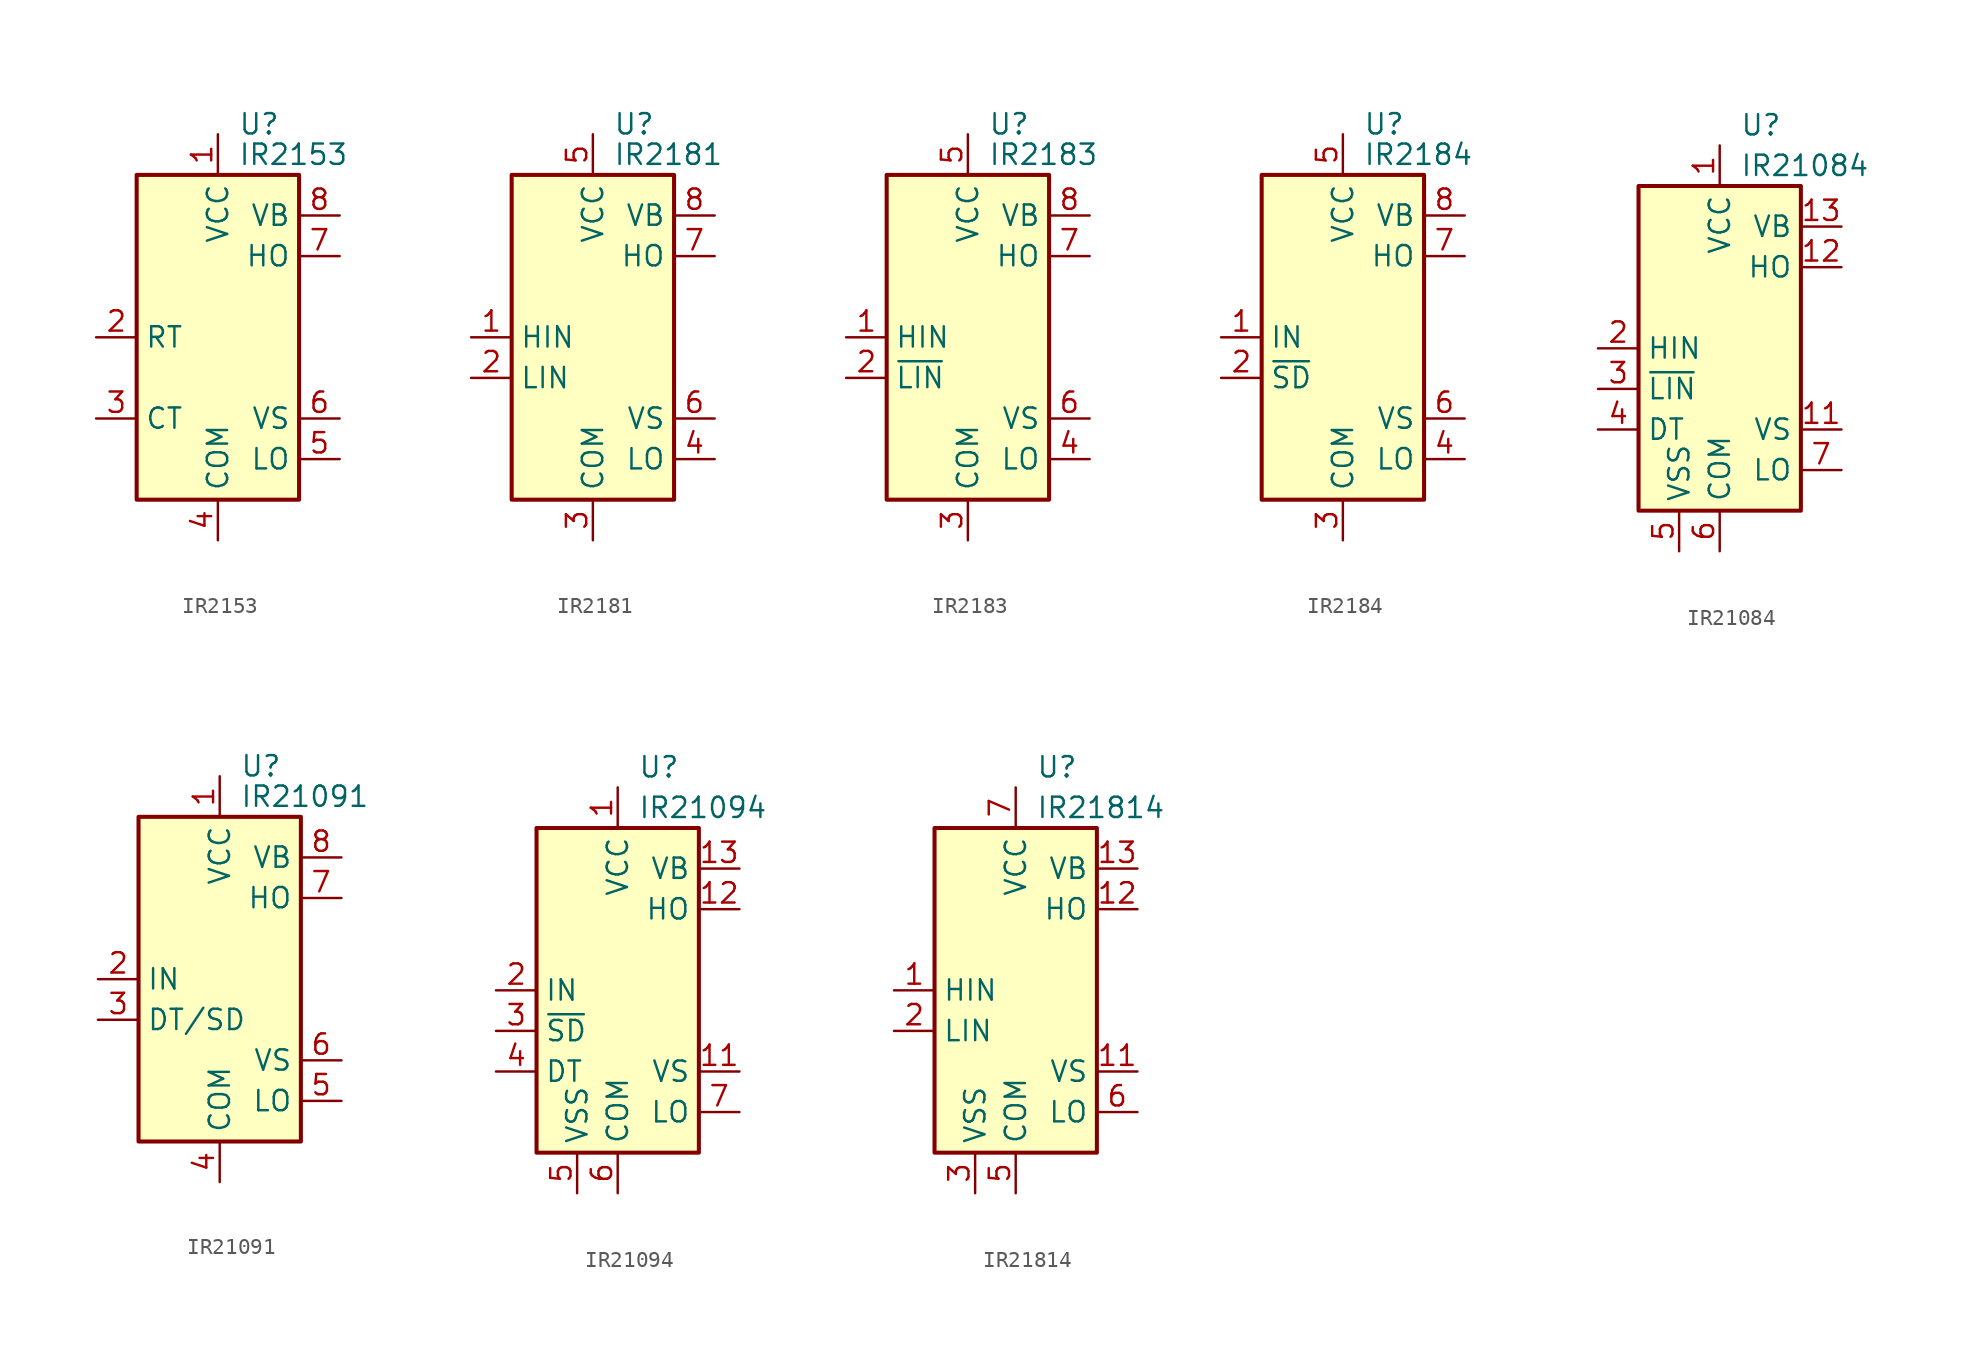
<source format=kicad_sym>
(kicad_symbol_lib
  (version 20211014)
  (generator kicad_symbol_editor)
  (symbol "IR2153"
    (property "Reference" "U"
      (at 1.27 13.335 0)
      (effects (font (size 1.27 1.27)) (justify left)))
    (property "Value" "IR2153"
      (at 1.27 11.43 0)
      (effects (font (size 1.27 1.27)) (justify left)))
    (symbol "IR2153_0_1"
      (rectangle (start -5.08 -10.16) (end 5.08 10.16) (stroke (width 0.254) (type default) (color 0 0 0 0)) (fill (type background))))
    (symbol "IR2153_1_1"
      (pin power_in line (at 0 12.7 270) (length 2.54) (name "VCC" (effects (font (size 1.27 1.27)))) (number "1" (effects (font (size 1.27 1.27)))))
      (pin passive line (at -7.62 0 0) (length 2.54) (name "RT" (effects (font (size 1.27 1.27)))) (number "2" (effects (font (size 1.27 1.27)))))
      (pin passive line (at -7.62 -5.08 0) (length 2.54) (name "CT" (effects (font (size 1.27 1.27)))) (number "3" (effects (font (size 1.27 1.27)))))
      (pin power_in line (at 0 -12.7 90) (length 2.54) (name "COM" (effects (font (size 1.27 1.27)))) (number "4" (effects (font (size 1.27 1.27)))))
      (pin output line (at 7.62 -7.62 180) (length 2.54) (name "LO" (effects (font (size 1.27 1.27)))) (number "5" (effects (font (size 1.27 1.27)))))
      (pin passive line (at 7.62 -5.08 180) (length 2.54) (name "VS" (effects (font (size 1.27 1.27)))) (number "6" (effects (font (size 1.27 1.27)))))
      (pin output line (at 7.62 5.08 180) (length 2.54) (name "HO" (effects (font (size 1.27 1.27)))) (number "7" (effects (font (size 1.27 1.27)))))
      (pin passive line (at 7.62 7.62 180) (length 2.54) (name "VB" (effects (font (size 1.27 1.27)))) (number "8" (effects (font (size 1.27 1.27)))))))
  (symbol "IR2181"
    (property "Reference" "U"
      (at 1.27 13.335 0)
      (effects (font (size 1.27 1.27)) (justify left)))
    (property "Value" "IR2181"
      (at 1.27 11.43 0)
      (effects (font (size 1.27 1.27)) (justify left)))
    (symbol "IR2181_0_1"
      (rectangle (start -5.08 -10.16) (end 5.08 10.16) (stroke (width 0.254) (type default) (color 0 0 0 0)) (fill (type background))))
    (symbol "IR2181_1_1"
      (pin input line (at -7.62 0 0) (length 2.54) (name "HIN" (effects (font (size 1.27 1.27)))) (number "1" (effects (font (size 1.27 1.27)))))
      (pin input line (at -7.62 -2.54 0) (length 2.54) (name "LIN" (effects (font (size 1.27 1.27)))) (number "2" (effects (font (size 1.27 1.27)))))
      (pin power_in line (at 0 -12.7 90) (length 2.54) (name "COM" (effects (font (size 1.27 1.27)))) (number "3" (effects (font (size 1.27 1.27)))))
      (pin output line (at 7.62 -7.62 180) (length 2.54) (name "LO" (effects (font (size 1.27 1.27)))) (number "4" (effects (font (size 1.27 1.27)))))
      (pin power_in line (at 0 12.7 270) (length 2.54) (name "VCC" (effects (font (size 1.27 1.27)))) (number "5" (effects (font (size 1.27 1.27)))))
      (pin passive line (at 7.62 -5.08 180) (length 2.54) (name "VS" (effects (font (size 1.27 1.27)))) (number "6" (effects (font (size 1.27 1.27)))))
      (pin output line (at 7.62 5.08 180) (length 2.54) (name "HO" (effects (font (size 1.27 1.27)))) (number "7" (effects (font (size 1.27 1.27)))))
      (pin passive line (at 7.62 7.62 180) (length 2.54) (name "VB" (effects (font (size 1.27 1.27)))) (number "8" (effects (font (size 1.27 1.27)))))))
  (symbol "IR2183"
    (property "Reference" "U"
      (at 1.27 13.335 0)
      (effects (font (size 1.27 1.27)) (justify left)))
    (property "Value" "IR2183"
      (at 1.27 11.43 0)
      (effects (font (size 1.27 1.27)) (justify left)))
    (symbol "IR2183_0_1"
      (rectangle (start -5.08 -10.16) (end 5.08 10.16) (stroke (width 0.254) (type default) (color 0 0 0 0)) (fill (type background))))
    (symbol "IR2183_1_1"
      (pin input line (at -7.62 0 0) (length 2.54) (name "HIN" (effects (font (size 1.27 1.27)))) (number "1" (effects (font (size 1.27 1.27)))))
      (pin input line (at -7.62 -2.54 0) (length 2.54) (name "~{LIN}" (effects (font (size 1.27 1.27)))) (number "2" (effects (font (size 1.27 1.27)))))
      (pin power_in line (at 0 -12.7 90) (length 2.54) (name "COM" (effects (font (size 1.27 1.27)))) (number "3" (effects (font (size 1.27 1.27)))))
      (pin output line (at 7.62 -7.62 180) (length 2.54) (name "LO" (effects (font (size 1.27 1.27)))) (number "4" (effects (font (size 1.27 1.27)))))
      (pin power_in line (at 0 12.7 270) (length 2.54) (name "VCC" (effects (font (size 1.27 1.27)))) (number "5" (effects (font (size 1.27 1.27)))))
      (pin passive line (at 7.62 -5.08 180) (length 2.54) (name "VS" (effects (font (size 1.27 1.27)))) (number "6" (effects (font (size 1.27 1.27)))))
      (pin output line (at 7.62 5.08 180) (length 2.54) (name "HO" (effects (font (size 1.27 1.27)))) (number "7" (effects (font (size 1.27 1.27)))))
      (pin passive line (at 7.62 7.62 180) (length 2.54) (name "VB" (effects (font (size 1.27 1.27)))) (number "8" (effects (font (size 1.27 1.27)))))))
  (symbol "IR2184"
    (property "Reference" "U"
      (at 1.27 13.335 0)
      (effects (font (size 1.27 1.27)) (justify left)))
    (property "Value" "IR2184"
      (at 1.27 11.43 0)
      (effects (font (size 1.27 1.27)) (justify left)))
    (symbol "IR2184_0_1"
      (rectangle (start -5.08 -10.16) (end 5.08 10.16) (stroke (width 0.254) (type default) (color 0 0 0 0)) (fill (type background))))
    (symbol "IR2184_1_1"
      (pin input line (at -7.62 0 0) (length 2.54) (name "IN" (effects (font (size 1.27 1.27)))) (number "1" (effects (font (size 1.27 1.27)))))
      (pin input line (at -7.62 -2.54 0) (length 2.54) (name "~{SD}" (effects (font (size 1.27 1.27)))) (number "2" (effects (font (size 1.27 1.27)))))
      (pin power_in line (at 0 -12.7 90) (length 2.54) (name "COM" (effects (font (size 1.27 1.27)))) (number "3" (effects (font (size 1.27 1.27)))))
      (pin output line (at 7.62 -7.62 180) (length 2.54) (name "LO" (effects (font (size 1.27 1.27)))) (number "4" (effects (font (size 1.27 1.27)))))
      (pin power_in line (at 0 12.7 270) (length 2.54) (name "VCC" (effects (font (size 1.27 1.27)))) (number "5" (effects (font (size 1.27 1.27)))))
      (pin passive line (at 7.62 -5.08 180) (length 2.54) (name "VS" (effects (font (size 1.27 1.27)))) (number "6" (effects (font (size 1.27 1.27)))))
      (pin output line (at 7.62 5.08 180) (length 2.54) (name "HO" (effects (font (size 1.27 1.27)))) (number "7" (effects (font (size 1.27 1.27)))))
      (pin passive line (at 7.62 7.62 180) (length 2.54) (name "VB" (effects (font (size 1.27 1.27)))) (number "8" (effects (font (size 1.27 1.27)))))))
  (symbol "IR21084"
    (property "Reference" "U"
      (at 1.27 13.97 0)
      (effects (font (size 1.27 1.27)) (justify left)))
    (property "Value" "IR21084"
      (at 1.27 11.43 0)
      (effects (font (size 1.27 1.27)) (justify left)))
    (symbol "IR21084_0_1"
      (rectangle (start -5.08 -10.16) (end 5.08 10.16) (stroke (width 0.254) (type default) (color 0 0 0 0)) (fill (type background))))
    (symbol "IR21084_1_1"
      (pin power_in line (at 0 12.7 270) (length 2.54) (name "VCC" (effects (font (size 1.27 1.27)))) (number "1" (effects (font (size 1.27 1.27)))))
      (pin no_connect line (at -5.08 2.54 0) (length 2.54) hide (name "NC" (effects (font (size 1.27 1.27)))) (number "10" (effects (font (size 1.27 1.27)))))
      (pin passive line (at 7.62 -5.08 180) (length 2.54) (name "VS" (effects (font (size 1.27 1.27)))) (number "11" (effects (font (size 1.27 1.27)))))
      (pin output line (at 7.62 5.08 180) (length 2.54) (name "HO" (effects (font (size 1.27 1.27)))) (number "12" (effects (font (size 1.27 1.27)))))
      (pin passive line (at 7.62 7.62 180) (length 2.54) (name "VB" (effects (font (size 1.27 1.27)))) (number "13" (effects (font (size 1.27 1.27)))))
      (pin no_connect line (at 5.08 2.54 180) (length 2.54) hide (name "NC" (effects (font (size 1.27 1.27)))) (number "14" (effects (font (size 1.27 1.27)))))
      (pin input line (at -7.62 0 0) (length 2.54) (name "HIN" (effects (font (size 1.27 1.27)))) (number "2" (effects (font (size 1.27 1.27)))))
      (pin input line (at -7.62 -2.54 0) (length 2.54) (name "~{LIN}" (effects (font (size 1.27 1.27)))) (number "3" (effects (font (size 1.27 1.27)))))
      (pin input line (at -7.62 -5.08 0) (length 2.54) (name "DT" (effects (font (size 1.27 1.27)))) (number "4" (effects (font (size 1.27 1.27)))))
      (pin power_in line (at -2.54 -12.7 90) (length 2.54) (name "VSS" (effects (font (size 1.27 1.27)))) (number "5" (effects (font (size 1.27 1.27)))))
      (pin power_in line (at 0 -12.7 90) (length 2.54) (name "COM" (effects (font (size 1.27 1.27)))) (number "6" (effects (font (size 1.27 1.27)))))
      (pin output line (at 7.62 -7.62 180) (length 2.54) (name "LO" (effects (font (size 1.27 1.27)))) (number "7" (effects (font (size 1.27 1.27)))))
      (pin no_connect line (at -5.08 7.62 0) (length 2.54) hide (name "NC" (effects (font (size 1.27 1.27)))) (number "8" (effects (font (size 1.27 1.27)))))
      (pin no_connect line (at -5.08 5.08 0) (length 2.54) hide (name "NC" (effects (font (size 1.27 1.27)))) (number "9" (effects (font (size 1.27 1.27)))))))
  (symbol "IR21091"
    (property "Reference" "U"
      (at 1.27 13.335 0)
      (effects (font (size 1.27 1.27)) (justify left)))
    (property "Value" "IR21091"
      (at 1.27 11.43 0)
      (effects (font (size 1.27 1.27)) (justify left)))
    (symbol "IR21091_0_1"
      (rectangle (start -5.08 -10.16) (end 5.08 10.16) (stroke (width 0.254) (type default) (color 0 0 0 0)) (fill (type background))))
    (symbol "IR21091_1_1"
      (pin power_in line (at 0 12.7 270) (length 2.54) (name "VCC" (effects (font (size 1.27 1.27)))) (number "1" (effects (font (size 1.27 1.27)))))
      (pin input line (at -7.62 0 0) (length 2.54) (name "IN" (effects (font (size 1.27 1.27)))) (number "2" (effects (font (size 1.27 1.27)))))
      (pin input line (at -7.62 -2.54 0) (length 2.54) (name "DT/SD" (effects (font (size 1.27 1.27)))) (number "3" (effects (font (size 1.27 1.27)))))
      (pin power_in line (at 0 -12.7 90) (length 2.54) (name "COM" (effects (font (size 1.27 1.27)))) (number "4" (effects (font (size 1.27 1.27)))))
      (pin output line (at 7.62 -7.62 180) (length 2.54) (name "LO" (effects (font (size 1.27 1.27)))) (number "5" (effects (font (size 1.27 1.27)))))
      (pin passive line (at 7.62 -5.08 180) (length 2.54) (name "VS" (effects (font (size 1.27 1.27)))) (number "6" (effects (font (size 1.27 1.27)))))
      (pin output line (at 7.62 5.08 180) (length 2.54) (name "HO" (effects (font (size 1.27 1.27)))) (number "7" (effects (font (size 1.27 1.27)))))
      (pin passive line (at 7.62 7.62 180) (length 2.54) (name "VB" (effects (font (size 1.27 1.27)))) (number "8" (effects (font (size 1.27 1.27)))))))
  (symbol "IR21094"
    (property "Reference" "U"
      (at 1.27 13.97 0)
      (effects (font (size 1.27 1.27)) (justify left)))
    (property "Value" "IR21094"
      (at 1.27 11.43 0)
      (effects (font (size 1.27 1.27)) (justify left)))
    (symbol "IR21094_0_1"
      (rectangle (start -5.08 -10.16) (end 5.08 10.16) (stroke (width 0.254) (type default) (color 0 0 0 0)) (fill (type background))))
    (symbol "IR21094_1_1"
      (pin power_in line (at 0 12.7 270) (length 2.54) (name "VCC" (effects (font (size 1.27 1.27)))) (number "1" (effects (font (size 1.27 1.27)))))
      (pin no_connect line (at -5.08 2.54 0) (length 2.54) hide (name "NC" (effects (font (size 1.27 1.27)))) (number "10" (effects (font (size 1.27 1.27)))))
      (pin passive line (at 7.62 -5.08 180) (length 2.54) (name "VS" (effects (font (size 1.27 1.27)))) (number "11" (effects (font (size 1.27 1.27)))))
      (pin output line (at 7.62 5.08 180) (length 2.54) (name "HO" (effects (font (size 1.27 1.27)))) (number "12" (effects (font (size 1.27 1.27)))))
      (pin passive line (at 7.62 7.62 180) (length 2.54) (name "VB" (effects (font (size 1.27 1.27)))) (number "13" (effects (font (size 1.27 1.27)))))
      (pin no_connect line (at 5.08 2.54 180) (length 2.54) hide (name "NC" (effects (font (size 1.27 1.27)))) (number "14" (effects (font (size 1.27 1.27)))))
      (pin input line (at -7.62 0 0) (length 2.54) (name "IN" (effects (font (size 1.27 1.27)))) (number "2" (effects (font (size 1.27 1.27)))))
      (pin input line (at -7.62 -2.54 0) (length 2.54) (name "~{SD}" (effects (font (size 1.27 1.27)))) (number "3" (effects (font (size 1.27 1.27)))))
      (pin input line (at -7.62 -5.08 0) (length 2.54) (name "DT" (effects (font (size 1.27 1.27)))) (number "4" (effects (font (size 1.27 1.27)))))
      (pin power_in line (at -2.54 -12.7 90) (length 2.54) (name "VSS" (effects (font (size 1.27 1.27)))) (number "5" (effects (font (size 1.27 1.27)))))
      (pin power_in line (at 0 -12.7 90) (length 2.54) (name "COM" (effects (font (size 1.27 1.27)))) (number "6" (effects (font (size 1.27 1.27)))))
      (pin output line (at 7.62 -7.62 180) (length 2.54) (name "LO" (effects (font (size 1.27 1.27)))) (number "7" (effects (font (size 1.27 1.27)))))
      (pin no_connect line (at -5.08 7.62 0) (length 2.54) hide (name "NC" (effects (font (size 1.27 1.27)))) (number "8" (effects (font (size 1.27 1.27)))))
      (pin no_connect line (at -5.08 5.08 0) (length 2.54) hide (name "NC" (effects (font (size 1.27 1.27)))) (number "9" (effects (font (size 1.27 1.27)))))))
  (symbol "IR21814"
    (property "Reference" "U"
      (at 1.27 13.97 0)
      (effects (font (size 1.27 1.27)) (justify left)))
    (property "Value" "IR21814"
      (at 1.27 11.43 0)
      (effects (font (size 1.27 1.27)) (justify left)))
    (symbol "IR21814_0_1"
      (rectangle (start -5.08 -10.16) (end 5.08 10.16) (stroke (width 0.254) (type default) (color 0 0 0 0)) (fill (type background))))
    (symbol "IR21814_1_1"
      (pin input line (at -7.62 0 0) (length 2.54) (name "HIN" (effects (font (size 1.27 1.27)))) (number "1" (effects (font (size 1.27 1.27)))))
      (pin no_connect line (at 5.08 2.54 180) (length 2.54) hide (name "NC" (effects (font (size 1.27 1.27)))) (number "10" (effects (font (size 1.27 1.27)))))
      (pin passive line (at 7.62 -5.08 180) (length 2.54) (name "VS" (effects (font (size 1.27 1.27)))) (number "11" (effects (font (size 1.27 1.27)))))
      (pin output line (at 7.62 5.08 180) (length 2.54) (name "HO" (effects (font (size 1.27 1.27)))) (number "12" (effects (font (size 1.27 1.27)))))
      (pin passive line (at 7.62 7.62 180) (length 2.54) (name "VB" (effects (font (size 1.27 1.27)))) (number "13" (effects (font (size 1.27 1.27)))))
      (pin no_connect line (at 5.08 0 180) (length 2.54) hide (name "NC" (effects (font (size 1.27 1.27)))) (number "14" (effects (font (size 1.27 1.27)))))
      (pin input line (at -7.62 -2.54 0) (length 2.54) (name "LIN" (effects (font (size 1.27 1.27)))) (number "2" (effects (font (size 1.27 1.27)))))
      (pin power_in line (at -2.54 -12.7 90) (length 2.54) (name "VSS" (effects (font (size 1.27 1.27)))) (number "3" (effects (font (size 1.27 1.27)))))
      (pin no_connect line (at -5.08 7.62 0) (length 2.54) hide (name "NC" (effects (font (size 1.27 1.27)))) (number "4" (effects (font (size 1.27 1.27)))))
      (pin power_in line (at 0 -12.7 90) (length 2.54) (name "COM" (effects (font (size 1.27 1.27)))) (number "5" (effects (font (size 1.27 1.27)))))
      (pin output line (at 7.62 -7.62 180) (length 2.54) (name "LO" (effects (font (size 1.27 1.27)))) (number "6" (effects (font (size 1.27 1.27)))))
      (pin power_in line (at 0 12.7 270) (length 2.54) (name "VCC" (effects (font (size 1.27 1.27)))) (number "7" (effects (font (size 1.27 1.27)))))
      (pin no_connect line (at -5.08 5.08 0) (length 2.54) hide (name "NC" (effects (font (size 1.27 1.27)))) (number "8" (effects (font (size 1.27 1.27)))))
      (pin no_connect line (at -5.08 2.54 0) (length 2.54) hide (name "NC" (effects (font (size 1.27 1.27)))) (number "9" (effects (font (size 1.27 1.27))))))))
</source>
